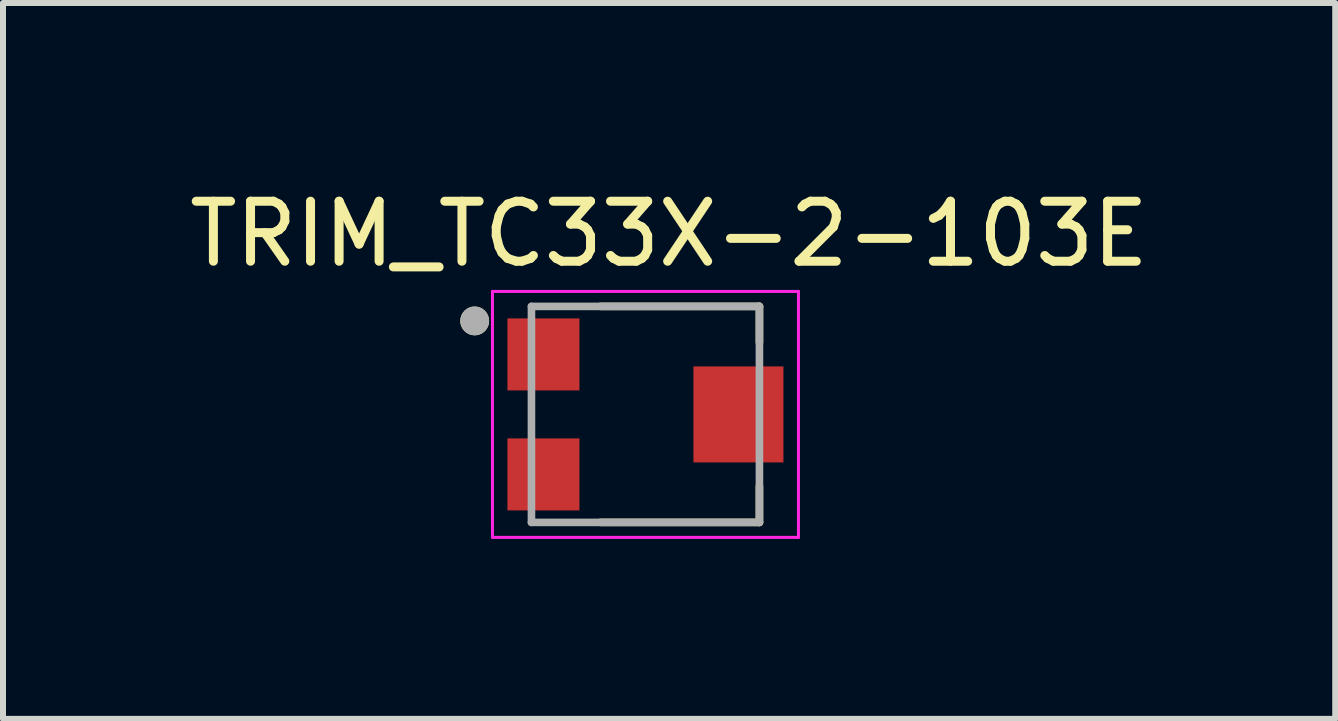
<source format=kicad_pcb>
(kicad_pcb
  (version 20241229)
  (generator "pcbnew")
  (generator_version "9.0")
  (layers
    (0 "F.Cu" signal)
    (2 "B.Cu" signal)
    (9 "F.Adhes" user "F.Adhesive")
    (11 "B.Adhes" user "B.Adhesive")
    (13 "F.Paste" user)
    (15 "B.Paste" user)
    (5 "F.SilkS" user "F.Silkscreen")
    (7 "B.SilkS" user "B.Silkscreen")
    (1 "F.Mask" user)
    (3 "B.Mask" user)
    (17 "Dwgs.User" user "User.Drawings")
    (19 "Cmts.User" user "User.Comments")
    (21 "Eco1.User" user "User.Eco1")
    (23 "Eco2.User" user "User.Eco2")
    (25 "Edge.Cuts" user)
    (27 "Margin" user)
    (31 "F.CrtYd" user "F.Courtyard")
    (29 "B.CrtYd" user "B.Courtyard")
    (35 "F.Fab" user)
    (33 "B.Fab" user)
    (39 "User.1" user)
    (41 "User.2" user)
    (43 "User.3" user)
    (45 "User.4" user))
  (footprint "TRIM_TC33X-2-103E"
    (layer "F.Cu")
    (at 7.808 3.857)
    (property "Reference" "TRIM_TC33X-2-103E" (at 0.294 -3.008 0) (layer "F.SilkS") (effects (font (size 1 1) (thickness 0.15))))
    (attr through_hole)
    (fp_line (start -0.85 -1.8) (end 1.8 -1.8) (stroke (width 0.127) (type solid)) (layer "F.SilkS"))
    (fp_line (start -0.85 1.8) (end 1.8 1.8) (stroke (width 0.127) (type solid)) (layer "F.SilkS"))
    (fp_line (start 1.8 -1.8) (end 1.8 -1.2) (stroke (width 0.127) (type solid)) (layer "F.SilkS"))
    (fp_line (start 1.8 1.8) (end 1.8 1.2) (stroke (width 0.127) (type solid)) (layer "F.SilkS"))
    (fp_circle (center -2.946 -1.558) (end -2.826 -1.558) (stroke (width 0.24) (type solid)) (fill no) (layer "F.SilkS"))
    (fp_line (start -2.65 -2.05) (end 2.45 -2.05) (stroke (width 0.05) (type solid)) (layer "F.CrtYd"))
    (fp_line (start -2.65 2.05) (end -2.65 -2.05) (stroke (width 0.05) (type solid)) (layer "F.CrtYd"))
    (fp_line (start 2.45 -2.05) (end 2.45 2.05) (stroke (width 0.05) (type solid)) (layer "F.CrtYd"))
    (fp_line (start 2.45 2.05) (end -2.65 2.05) (stroke (width 0.05) (type solid)) (layer "F.CrtYd"))
    (fp_line (start -2 -1.8) (end 1.8 -1.8) (stroke (width 0.127) (type solid)) (layer "F.Fab"))
    (fp_line (start -2 1.8) (end -2 -1.8) (stroke (width 0.127) (type solid)) (layer "F.Fab"))
    (fp_line (start 1.8 -1.8) (end 1.8 1.8) (stroke (width 0.127) (type solid)) (layer "F.Fab"))
    (fp_line (start 1.8 1.8) (end -2 1.8) (stroke (width 0.127) (type solid)) (layer "F.Fab"))
    (fp_circle (center -2.946 -1.558) (end -2.826 -1.558) (stroke (width 0.24) (type solid)) (fill no) (layer "F.Fab"))
    (pad "1" smd rect (at -1.8 -1) (size 1.2 1.2) (layers "F.Cu" "F.Mask" "F.Paste"))
    (pad "2" smd rect (at 1.45 0 270) (size 1.6 1.5) (layers "F.Cu" "F.Mask" "F.Paste"))
    (pad "3" smd rect (at -1.8 1) (size 1.2 1.2) (layers "F.Cu" "F.Mask" "F.Paste")))
  (gr_rect
    (start -3 -3)
    (end 19.205 8.932)
    (stroke (width 0.1) (type default))
    (fill no)
    (layer "Edge.Cuts")))
</source>
